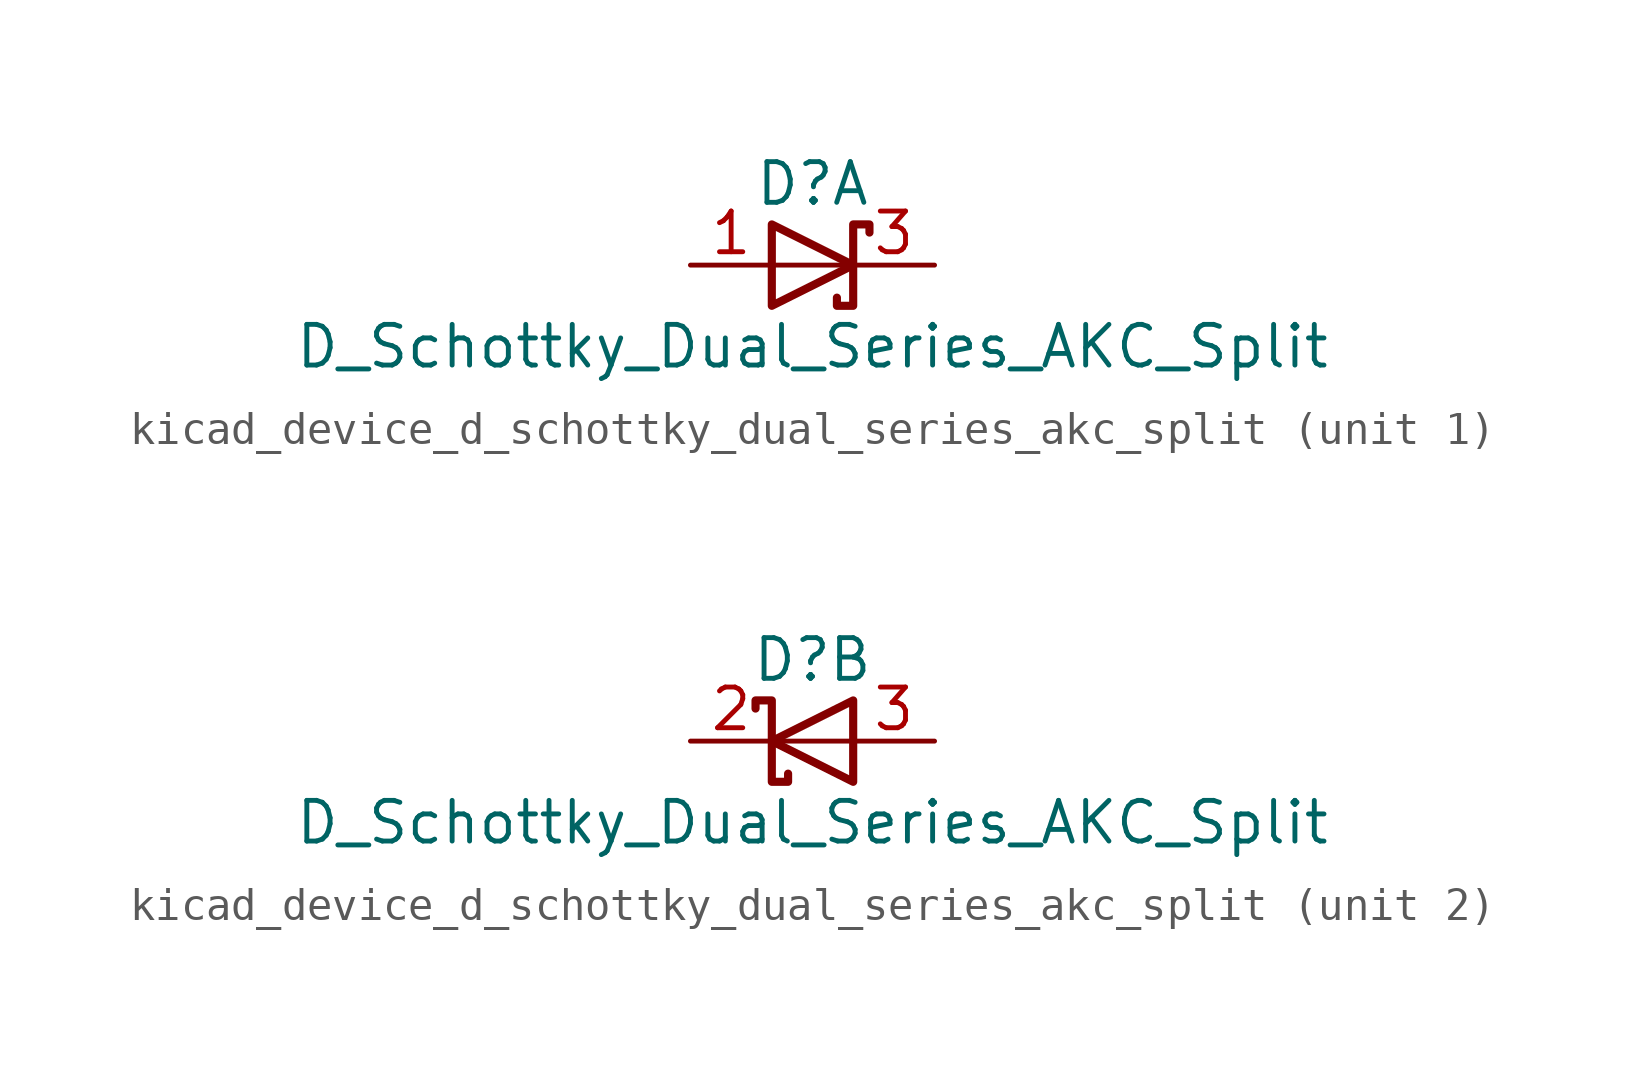
<source format=kicad_sym>
(kicad_symbol_lib
  (version 20220914)
  (generator kicad_symbol_editor)
  (symbol "kicad_device_d_schottky_dual_series_akc_split"
    (pin_names
      (offset 0.762) hide)
    (property "Reference" "D"
      (at 0 2.54 0)
      (effects (font (size 1.27 1.27))))
    (property "Value" "D_Schottky_Dual_Series_AKC_Split"
      (at 0 -2.54 0)
      (effects (font (size 1.27 1.27))))
    (property "ki_locked" ""
      (at 0 0 0)
      (effects (font (size 1.27 1.27))))
    (symbol "kicad_device_d_schottky_dual_series_akc_split_0_1"
      (pin passive line (at 3.81 0 180) (length 2.54) (name "K" (effects (font (size 1.27 1.27)))) (number "3" (effects (font (size 1.27 1.27))))))
    (symbol "kicad_device_d_schottky_dual_series_akc_split_1_1"
      (polyline (pts (xy 1.27 0) (xy -1.27 0)) (stroke (width 0) (type default)) (fill (type none)))
      (polyline (pts (xy -1.27 1.27) (xy 1.27 0) (xy -1.27 -1.27) (xy -1.27 1.27) (xy -1.27 1.27) (xy -1.27 1.27)) (stroke (width 0.254) (type default)) (fill (type none)))
      (polyline (pts (xy 1.778 1.016) (xy 1.778 1.27) (xy 1.27 1.27) (xy 1.27 -1.27) (xy 0.762 -1.27) (xy 0.762 -1.016)) (stroke (width 0.254) (type default)) (fill (type none)))
      (pin passive line (at -3.81 0 0) (length 2.54) (name "A" (effects (font (size 1.27 1.27)))) (number "1" (effects (font (size 1.27 1.27))))))
    (symbol "kicad_device_d_schottky_dual_series_akc_split_2_1"
      (polyline (pts (xy -1.27 0) (xy 1.27 0)) (stroke (width 0) (type default)) (fill (type none)))
      (polyline (pts (xy -1.778 1.016) (xy -1.778 1.27) (xy -1.27 1.27) (xy -1.27 -1.27) (xy -0.762 -1.27) (xy -0.762 -1.016)) (stroke (width 0.254) (type default)) (fill (type none)))
      (polyline (pts (xy 1.27 1.27) (xy -1.27 0) (xy 1.27 -1.27) (xy 1.27 1.27) (xy 1.27 1.27) (xy 1.27 1.27)) (stroke (width 0.254) (type default)) (fill (type none)))
      (pin passive line (at -3.81 0 0) (length 2.54) (name "K" (effects (font (size 1.27 1.27)))) (number "2" (effects (font (size 1.27 1.27))))))))
</source>
